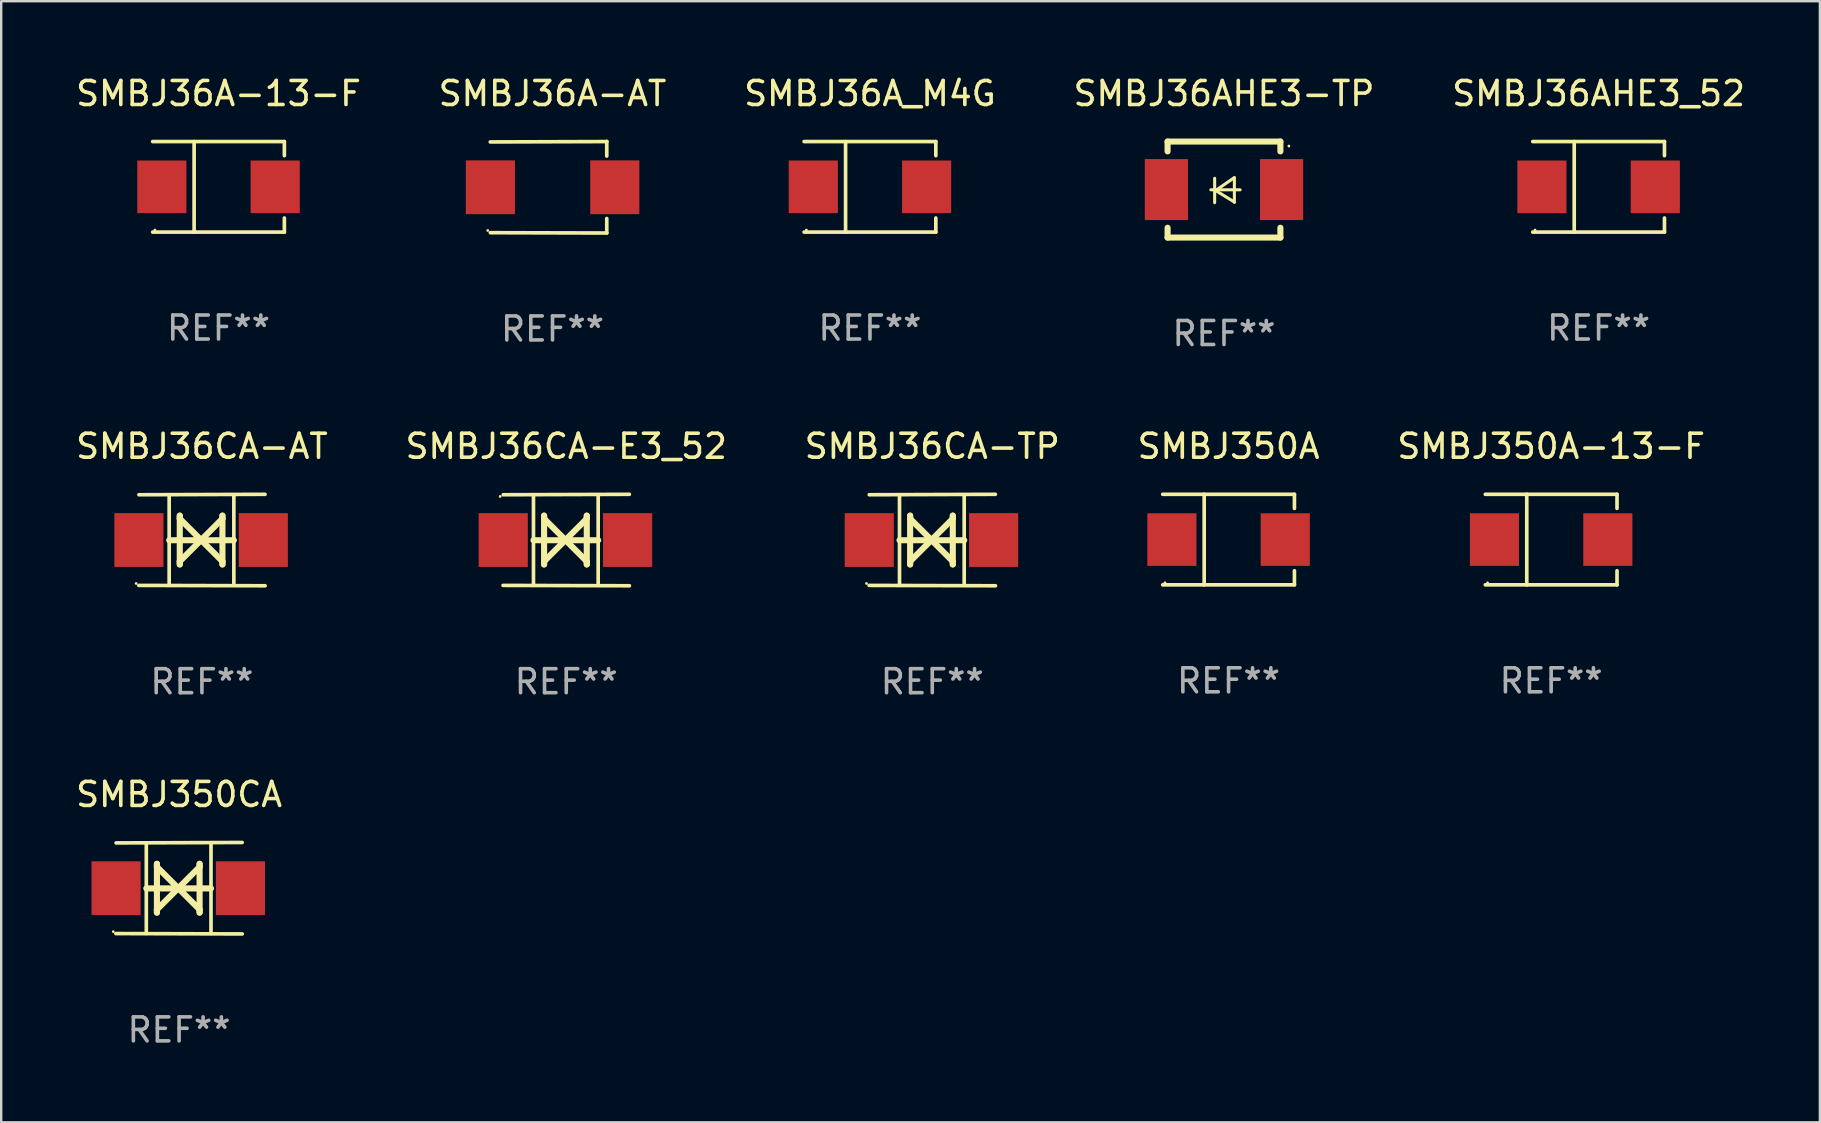
<source format=kicad_pcb>
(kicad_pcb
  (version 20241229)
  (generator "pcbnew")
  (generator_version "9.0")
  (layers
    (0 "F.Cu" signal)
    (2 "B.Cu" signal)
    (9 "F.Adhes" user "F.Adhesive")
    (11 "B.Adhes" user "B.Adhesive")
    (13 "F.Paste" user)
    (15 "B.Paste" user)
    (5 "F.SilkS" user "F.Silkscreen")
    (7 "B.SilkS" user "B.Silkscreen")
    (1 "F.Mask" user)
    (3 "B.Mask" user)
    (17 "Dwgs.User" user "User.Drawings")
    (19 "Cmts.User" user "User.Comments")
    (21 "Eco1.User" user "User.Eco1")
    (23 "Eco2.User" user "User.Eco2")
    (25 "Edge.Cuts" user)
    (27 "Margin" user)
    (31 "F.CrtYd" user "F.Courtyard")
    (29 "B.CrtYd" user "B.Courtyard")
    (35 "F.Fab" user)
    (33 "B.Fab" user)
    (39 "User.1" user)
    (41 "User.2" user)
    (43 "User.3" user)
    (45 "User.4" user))
  (footprint "SMBJ36CA-AT"
    (layer "F.Cu")
    (at 5.363 19.45)
    (property "Reference" "SMBJ36CA-AT" (at 0 -3.905 0) (layer "F.SilkS") (effects (font (size 1 1) (thickness 0.15))))
    (attr through_hole)
    (fp_line (start -1.365 1.886) (end -1.365 -1.886) (stroke (width 0.152) (type solid)) (layer "F.SilkS"))
    (fp_line (start -1.365 0.008) (end 1.33 0.008) (stroke (width 0.254) (type solid)) (layer "F.SilkS"))
    (fp_line (start -0.923 -1.016) (end -0.923 1.016) (stroke (width 0.254) (type solid)) (layer "F.SilkS"))
    (fp_line (start -0.923 -0.889) (end -0.923 -1.016) (stroke (width 0.254) (type solid)) (layer "F.SilkS"))
    (fp_line (start -0.923 0.889) (end -0.034 0) (stroke (width 0.254) (type solid)) (layer "F.SilkS"))
    (fp_line (start -0.923 1.016) (end -0.923 0.889) (stroke (width 0.254) (type solid)) (layer "F.SilkS"))
    (fp_line (start -0.034 0) (end -0.923 -0.889) (stroke (width 0.254) (type solid)) (layer "F.SilkS"))
    (fp_line (start -0.034 0) (end 0.855 0.889) (stroke (width 0.254) (type solid)) (layer "F.SilkS"))
    (fp_line (start 0.855 -1.016) (end 0.855 -0.889) (stroke (width 0.254) (type solid)) (layer "F.SilkS"))
    (fp_line (start 0.855 -0.889) (end -0.034 0) (stroke (width 0.254) (type solid)) (layer "F.SilkS"))
    (fp_line (start 0.855 0.889) (end 0.855 1.016) (stroke (width 0.254) (type solid)) (layer "F.SilkS"))
    (fp_line (start 0.855 1.016) (end 0.855 -1.016) (stroke (width 0.254) (type solid)) (layer "F.SilkS"))
    (fp_line (start 1.33 1.886) (end 1.33 -1.886) (stroke (width 0.152) (type solid)) (layer "F.SilkS"))
    (fp_line (start 2.629 -1.905) (end -2.625 -1.887) (stroke (width 0.152) (type solid)) (layer "F.SilkS"))
    (fp_line (start 2.633 1.905) (end -2.633 1.89) (stroke (width 0.152) (type solid)) (layer "F.SilkS"))
    (fp_circle (center -2.741 1.81) (end -2.711 1.81) (stroke (width 0.06) (type solid)) (fill no) (layer "F.SilkS"))
    (fp_text user "REF**" (at 0 5.905 0) (layer "F.Fab") (effects (font (size 1 1) (thickness 0.15))))
    (pad "1" smd rect (at -2.625 0) (size 2.047 2.241) (layers "F.Cu" "F.Mask" "F.Paste"))
    (pad "2" smd rect (at 2.557 0) (size 2.047 2.241) (layers "F.Cu" "F.Mask" "F.Paste")))
  (footprint "SMBJ36A_M4G"
    (layer "F.Cu")
    (at 33.196 4.734)
    (property "Reference" "SMBJ36A_M4G" (at 0 -3.886 0) (layer "F.SilkS") (effects (font (size 1 1) (thickness 0.15))))
    (attr through_hole)
    (fp_line (start -2.744 -1.886) (end 2.744 -1.886) (stroke (width 0.152) (type solid)) (layer "F.SilkS"))
    (fp_line (start -2.744 1.886) (end 2.744 1.886) (stroke (width 0.152) (type solid)) (layer "F.SilkS"))
    (fp_line (start -1.016 -1.886) (end -1.016 1.886) (stroke (width 0.152) (type solid)) (layer "F.SilkS"))
    (fp_line (start 2.744 -1.886) (end 2.744 -1.299) (stroke (width 0.152) (type solid)) (layer "F.SilkS"))
    (fp_line (start 2.744 1.886) (end 2.744 1.299) (stroke (width 0.152) (type solid)) (layer "F.SilkS"))
    (fp_circle (center -2.65 1.8) (end -2.62 1.8) (stroke (width 0.06) (type solid)) (fill no) (layer "F.SilkS"))
    (fp_text user "REF**" (at 0 5.886 0) (layer "F.Fab") (effects (font (size 1 1) (thickness 0.15))))
    (pad "1" smd rect (at -2.361 0) (size 2.047 2.192) (layers "F.Cu" "F.Mask" "F.Paste"))
    (pad "2" smd rect (at 2.361 0) (size 2.047 2.192) (layers "F.Cu" "F.Mask" "F.Paste")))
  (footprint "SMBJ36A-AT"
    (layer "F.Cu")
    (at 19.97 4.753)
    (property "Reference" "SMBJ36A-AT" (at 0 -3.905 0) (layer "F.SilkS") (effects (font (size 1 1) (thickness 0.15))))
    (attr through_hole)
    (fp_line (start 2.256 -1.905) (end -2.594 -1.889) (stroke (width 0.152) (type solid)) (layer "F.SilkS"))
    (fp_line (start 2.256 -1.905) (end 2.26 -1.905) (stroke (width 0.152) (type solid)) (layer "F.SilkS"))
    (fp_line (start 2.26 -1.905) (end 2.26 -1.301) (stroke (width 0.152) (type solid)) (layer "F.SilkS"))
    (fp_line (start 2.26 1.301) (end 2.26 1.905) (stroke (width 0.152) (type solid)) (layer "F.SilkS"))
    (fp_line (start 2.26 1.905) (end -2.59 1.892) (stroke (width 0.152) (type solid)) (layer "F.SilkS"))
    (fp_circle (center -2.697 1.8) (end -2.667 1.8) (stroke (width 0.06) (type solid)) (fill no) (layer "F.SilkS"))
    (fp_text user "REF**" (at 0 5.905 0) (layer "F.Fab") (effects (font (size 1 1) (thickness 0.15))))
    (pad "1" smd rect (at -2.588 0) (size 2.047 2.241) (layers "F.Cu" "F.Mask" "F.Paste"))
    (pad "2" smd rect (at 2.594 0) (size 2.047 2.241) (layers "F.Cu" "F.Mask" "F.Paste")))
  (footprint "SMBJ350A-13-F"
    (layer "F.Cu")
    (at 61.577 19.431)
    (property "Reference" "SMBJ350A-13-F" (at 0 -3.886 0) (layer "F.SilkS") (effects (font (size 1 1) (thickness 0.15))))
    (attr through_hole)
    (fp_line (start -2.744 -1.886) (end 2.744 -1.886) (stroke (width 0.152) (type solid)) (layer "F.SilkS"))
    (fp_line (start -2.744 1.886) (end 2.744 1.886) (stroke (width 0.152) (type solid)) (layer "F.SilkS"))
    (fp_line (start -1.016 -1.886) (end -1.016 1.886) (stroke (width 0.152) (type solid)) (layer "F.SilkS"))
    (fp_line (start 2.744 -1.886) (end 2.744 -1.299) (stroke (width 0.152) (type solid)) (layer "F.SilkS"))
    (fp_line (start 2.744 1.886) (end 2.744 1.299) (stroke (width 0.152) (type solid)) (layer "F.SilkS"))
    (fp_circle (center -2.65 1.8) (end -2.62 1.8) (stroke (width 0.06) (type solid)) (fill no) (layer "F.SilkS"))
    (fp_text user "REF**" (at 0 5.886 0) (layer "F.Fab") (effects (font (size 1 1) (thickness 0.15))))
    (pad "1" smd rect (at -2.361 0) (size 2.047 2.192) (layers "F.Cu" "F.Mask" "F.Paste"))
    (pad "2" smd rect (at 2.361 0) (size 2.047 2.192) (layers "F.Cu" "F.Mask" "F.Paste")))
  (footprint "SMBJ350A"
    (layer "F.Cu")
    (at 48.137 19.431)
    (property "Reference" "SMBJ350A" (at 0 -3.886 0) (layer "F.SilkS") (effects (font (size 1 1) (thickness 0.15))))
    (attr through_hole)
    (fp_line (start -2.744 -1.886) (end 2.744 -1.886) (stroke (width 0.152) (type solid)) (layer "F.SilkS"))
    (fp_line (start -2.744 1.886) (end 2.744 1.886) (stroke (width 0.152) (type solid)) (layer "F.SilkS"))
    (fp_line (start -1.016 -1.886) (end -1.016 1.886) (stroke (width 0.152) (type solid)) (layer "F.SilkS"))
    (fp_line (start 2.744 -1.886) (end 2.744 -1.299) (stroke (width 0.152) (type solid)) (layer "F.SilkS"))
    (fp_line (start 2.744 1.886) (end 2.744 1.299) (stroke (width 0.152) (type solid)) (layer "F.SilkS"))
    (fp_circle (center -2.65 1.8) (end -2.62 1.8) (stroke (width 0.06) (type solid)) (fill no) (layer "F.SilkS"))
    (fp_text user "REF**" (at 0 5.886 0) (layer "F.Fab") (effects (font (size 1 1) (thickness 0.15))))
    (pad "1" smd rect (at -2.361 0) (size 2.047 2.192) (layers "F.Cu" "F.Mask" "F.Paste"))
    (pad "2" smd rect (at 2.361 0) (size 2.047 2.192) (layers "F.Cu" "F.Mask" "F.Paste")))
  (footprint "SMBJ36AHE3_52"
    (layer "F.Cu")
    (at 63.554 4.734)
    (property "Reference" "SMBJ36AHE3_52" (at 0 -3.886 0) (layer "F.SilkS") (effects (font (size 1 1) (thickness 0.15))))
    (attr through_hole)
    (fp_line (start -2.744 -1.886) (end 2.744 -1.886) (stroke (width 0.152) (type solid)) (layer "F.SilkS"))
    (fp_line (start -2.744 1.886) (end 2.744 1.886) (stroke (width 0.152) (type solid)) (layer "F.SilkS"))
    (fp_line (start -1.016 -1.886) (end -1.016 1.886) (stroke (width 0.152) (type solid)) (layer "F.SilkS"))
    (fp_line (start 2.744 -1.886) (end 2.744 -1.299) (stroke (width 0.152) (type solid)) (layer "F.SilkS"))
    (fp_line (start 2.744 1.886) (end 2.744 1.299) (stroke (width 0.152) (type solid)) (layer "F.SilkS"))
    (fp_circle (center -2.65 1.8) (end -2.62 1.8) (stroke (width 0.06) (type solid)) (fill no) (layer "F.SilkS"))
    (fp_text user "REF**" (at 0 5.886 0) (layer "F.Fab") (effects (font (size 1 1) (thickness 0.15))))
    (pad "1" smd rect (at -2.361 0) (size 2.047 2.192) (layers "F.Cu" "F.Mask" "F.Paste"))
    (pad "2" smd rect (at 2.361 0) (size 2.047 2.192) (layers "F.Cu" "F.Mask" "F.Paste")))
  (footprint "SMBJ36CA-TP"
    (layer "F.Cu")
    (at 35.792 19.45)
    (property "Reference" "SMBJ36CA-TP" (at 0 -3.905 0) (layer "F.SilkS") (effects (font (size 1 1) (thickness 0.15))))
    (attr through_hole)
    (fp_line (start -1.365 1.886) (end -1.365 -1.886) (stroke (width 0.152) (type solid)) (layer "F.SilkS"))
    (fp_line (start -1.365 0.008) (end 1.33 0.008) (stroke (width 0.254) (type solid)) (layer "F.SilkS"))
    (fp_line (start -0.923 -1.016) (end -0.923 1.016) (stroke (width 0.254) (type solid)) (layer "F.SilkS"))
    (fp_line (start -0.923 -0.889) (end -0.923 -1.016) (stroke (width 0.254) (type solid)) (layer "F.SilkS"))
    (fp_line (start -0.923 0.889) (end -0.034 0) (stroke (width 0.254) (type solid)) (layer "F.SilkS"))
    (fp_line (start -0.923 1.016) (end -0.923 0.889) (stroke (width 0.254) (type solid)) (layer "F.SilkS"))
    (fp_line (start -0.034 0) (end -0.923 -0.889) (stroke (width 0.254) (type solid)) (layer "F.SilkS"))
    (fp_line (start -0.034 0) (end 0.855 0.889) (stroke (width 0.254) (type solid)) (layer "F.SilkS"))
    (fp_line (start 0.855 -1.016) (end 0.855 -0.889) (stroke (width 0.254) (type solid)) (layer "F.SilkS"))
    (fp_line (start 0.855 -0.889) (end -0.034 0) (stroke (width 0.254) (type solid)) (layer "F.SilkS"))
    (fp_line (start 0.855 0.889) (end 0.855 1.016) (stroke (width 0.254) (type solid)) (layer "F.SilkS"))
    (fp_line (start 0.855 1.016) (end 0.855 -1.016) (stroke (width 0.254) (type solid)) (layer "F.SilkS"))
    (fp_line (start 1.33 1.886) (end 1.33 -1.886) (stroke (width 0.152) (type solid)) (layer "F.SilkS"))
    (fp_line (start 2.629 -1.905) (end -2.625 -1.887) (stroke (width 0.152) (type solid)) (layer "F.SilkS"))
    (fp_line (start 2.633 1.905) (end -2.633 1.89) (stroke (width 0.152) (type solid)) (layer "F.SilkS"))
    (fp_circle (center -2.741 1.81) (end -2.711 1.81) (stroke (width 0.06) (type solid)) (fill no) (layer "F.SilkS"))
    (fp_text user "REF**" (at 0 5.905 0) (layer "F.Fab") (effects (font (size 1 1) (thickness 0.15))))
    (pad "1" smd rect (at -2.625 0) (size 2.047 2.241) (layers "F.Cu" "F.Mask" "F.Paste"))
    (pad "2" smd rect (at 2.557 0) (size 2.047 2.241) (layers "F.Cu" "F.Mask" "F.Paste")))
  (footprint "SMBJ36CA-E3_52"
    (layer "F.Cu")
    (at 20.542 19.45)
    (property "Reference" "SMBJ36CA-E3_52" (at 0 -3.905 0) (layer "F.SilkS") (effects (font (size 1 1) (thickness 0.15))))
    (attr through_hole)
    (fp_line (start -1.365 1.886) (end -1.365 -1.886) (stroke (width 0.152) (type solid)) (layer "F.SilkS"))
    (fp_line (start -1.365 0.008) (end 1.33 0.008) (stroke (width 0.254) (type solid)) (layer "F.SilkS"))
    (fp_line (start -0.923 -1.016) (end -0.923 1.016) (stroke (width 0.254) (type solid)) (layer "F.SilkS"))
    (fp_line (start -0.923 -0.889) (end -0.923 -1.016) (stroke (width 0.254) (type solid)) (layer "F.SilkS"))
    (fp_line (start -0.923 0.889) (end -0.034 0) (stroke (width 0.254) (type solid)) (layer "F.SilkS"))
    (fp_line (start -0.923 1.016) (end -0.923 0.889) (stroke (width 0.254) (type solid)) (layer "F.SilkS"))
    (fp_line (start -0.034 0) (end -0.923 -0.889) (stroke (width 0.254) (type solid)) (layer "F.SilkS"))
    (fp_line (start -0.034 0) (end 0.855 0.889) (stroke (width 0.254) (type solid)) (layer "F.SilkS"))
    (fp_line (start 0.855 -1.016) (end 0.855 -0.889) (stroke (width 0.254) (type solid)) (layer "F.SilkS"))
    (fp_line (start 0.855 -0.889) (end -0.034 0) (stroke (width 0.254) (type solid)) (layer "F.SilkS"))
    (fp_line (start 0.855 0.889) (end 0.855 1.016) (stroke (width 0.254) (type solid)) (layer "F.SilkS"))
    (fp_line (start 0.855 1.016) (end 0.855 -1.016) (stroke (width 0.254) (type solid)) (layer "F.SilkS"))
    (fp_line (start 1.33 1.886) (end 1.33 -1.886) (stroke (width 0.152) (type solid)) (layer "F.SilkS"))
    (fp_line (start 2.629 -1.905) (end -2.625 -1.887) (stroke (width 0.152) (type solid)) (layer "F.SilkS"))
    (fp_line (start 2.633 1.905) (end -2.633 1.89) (stroke (width 0.152) (type solid)) (layer "F.SilkS"))
    (fp_circle (center -2.753 -1.816) (end -2.723 -1.816) (stroke (width 0.06) (type solid)) (fill no) (layer "F.SilkS"))
    (fp_text user "REF**" (at 0 5.905 0) (layer "F.Fab") (effects (font (size 1 1) (thickness 0.15))))
    (pad "1" smd rect (at -2.625 0) (size 2.047 2.241) (layers "F.Cu" "F.Mask" "F.Paste"))
    (pad "2" smd rect (at 2.557 0) (size 2.047 2.241) (layers "F.Cu" "F.Mask" "F.Paste")))
  (footprint "SMBJ36AHE3-TP"
    (layer "F.Cu")
    (at 47.946 4.848)
    (property "Reference" "SMBJ36AHE3-TP" (at 0 -4 0) (layer "F.SilkS") (effects (font (size 1 1) (thickness 0.15))))
    (attr through_hole)
    (fp_line (start -2.35 -2) (end -2.35 -1.591) (stroke (width 0.254) (type solid)) (layer "F.SilkS"))
    (fp_line (start -2.35 -2) (end 2.35 -2) (stroke (width 0.254) (type solid)) (layer "F.SilkS"))
    (fp_line (start -2.35 1.591) (end -2.35 2) (stroke (width 0.254) (type solid)) (layer "F.SilkS"))
    (fp_line (start -2.35 2) (end 2.35 2) (stroke (width 0.254) (type solid)) (layer "F.SilkS"))
    (fp_line (start -0.548 0.01) (end 0.671 0.01) (stroke (width 0.127) (type solid)) (layer "F.SilkS"))
    (fp_line (start -0.389 -0.47) (end -0.389 0.546) (stroke (width 0.127) (type solid)) (layer "F.SilkS"))
    (fp_line (start -0.35 0.04) (end 0.433 0.52) (stroke (width 0.127) (type solid)) (layer "F.SilkS"))
    (fp_line (start 0.433 -0.5) (end -0.35 0.04) (stroke (width 0.127) (type solid)) (layer "F.SilkS"))
    (fp_line (start 0.433 0.53) (end 0.433 -0.486) (stroke (width 0.127) (type solid)) (layer "F.SilkS"))
    (fp_line (start 2.35 -2) (end 2.35 -1.591) (stroke (width 0.254) (type solid)) (layer "F.SilkS"))
    (fp_line (start 2.35 1.591) (end 2.35 2) (stroke (width 0.254) (type solid)) (layer "F.SilkS"))
    (fp_circle (center 2.704 -1.813) (end 2.734 -1.813) (stroke (width 0.06) (type solid)) (fill no) (layer "F.SilkS"))
    (fp_text user "REF**" (at 0 6 0) (layer "F.Fab") (effects (font (size 1 1) (thickness 0.15))))
    (pad "1" smd rect (at 2.4 0) (size 1.8 2.54) (layers "F.Cu" "F.Mask" "F.Paste"))
    (pad "2" smd rect (at -2.4 0) (size 1.8 2.54) (layers "F.Cu" "F.Mask" "F.Paste")))
  (footprint "SMBJ36A-13-F"
    (layer "F.Cu")
    (at 6.054 4.734)
    (property "Reference" "SMBJ36A-13-F" (at 0 -3.886 0) (layer "F.SilkS") (effects (font (size 1 1) (thickness 0.15))))
    (attr through_hole)
    (fp_line (start -2.744 -1.886) (end 2.744 -1.886) (stroke (width 0.152) (type solid)) (layer "F.SilkS"))
    (fp_line (start -2.744 1.886) (end 2.744 1.886) (stroke (width 0.152) (type solid)) (layer "F.SilkS"))
    (fp_line (start -1.016 -1.886) (end -1.016 1.886) (stroke (width 0.152) (type solid)) (layer "F.SilkS"))
    (fp_line (start 2.744 -1.886) (end 2.744 -1.299) (stroke (width 0.152) (type solid)) (layer "F.SilkS"))
    (fp_line (start 2.744 1.886) (end 2.744 1.299) (stroke (width 0.152) (type solid)) (layer "F.SilkS"))
    (fp_circle (center -2.65 1.8) (end -2.62 1.8) (stroke (width 0.06) (type solid)) (fill no) (layer "F.SilkS"))
    (fp_text user "REF**" (at 0 5.886 0) (layer "F.Fab") (effects (font (size 1 1) (thickness 0.15))))
    (pad "1" smd rect (at -2.361 0) (size 2.047 2.192) (layers "F.Cu" "F.Mask" "F.Paste"))
    (pad "2" smd rect (at 2.361 0) (size 2.047 2.192) (layers "F.Cu" "F.Mask" "F.Paste")))
  (footprint "SMBJ350CA"
    (layer "F.Cu")
    (at 4.411 33.956)
    (property "Reference" "SMBJ350CA" (at 0 -3.905 0) (layer "F.SilkS") (effects (font (size 1 1) (thickness 0.15))))
    (attr through_hole)
    (fp_line (start -1.365 1.886) (end -1.365 -1.886) (stroke (width 0.152) (type solid)) (layer "F.SilkS"))
    (fp_line (start -1.365 0.008) (end 1.33 0.008) (stroke (width 0.254) (type solid)) (layer "F.SilkS"))
    (fp_line (start -0.923 -1.016) (end -0.923 1.016) (stroke (width 0.254) (type solid)) (layer "F.SilkS"))
    (fp_line (start -0.923 -0.889) (end -0.923 -1.016) (stroke (width 0.254) (type solid)) (layer "F.SilkS"))
    (fp_line (start -0.923 0.889) (end -0.034 0) (stroke (width 0.254) (type solid)) (layer "F.SilkS"))
    (fp_line (start -0.923 1.016) (end -0.923 0.889) (stroke (width 0.254) (type solid)) (layer "F.SilkS"))
    (fp_line (start -0.034 0) (end -0.923 -0.889) (stroke (width 0.254) (type solid)) (layer "F.SilkS"))
    (fp_line (start -0.034 0) (end 0.855 0.889) (stroke (width 0.254) (type solid)) (layer "F.SilkS"))
    (fp_line (start 0.855 -1.016) (end 0.855 -0.889) (stroke (width 0.254) (type solid)) (layer "F.SilkS"))
    (fp_line (start 0.855 -0.889) (end -0.034 0) (stroke (width 0.254) (type solid)) (layer "F.SilkS"))
    (fp_line (start 0.855 0.889) (end 0.855 1.016) (stroke (width 0.254) (type solid)) (layer "F.SilkS"))
    (fp_line (start 0.855 1.016) (end 0.855 -1.016) (stroke (width 0.254) (type solid)) (layer "F.SilkS"))
    (fp_line (start 1.33 1.886) (end 1.33 -1.886) (stroke (width 0.152) (type solid)) (layer "F.SilkS"))
    (fp_line (start 2.629 -1.905) (end -2.625 -1.887) (stroke (width 0.152) (type solid)) (layer "F.SilkS"))
    (fp_line (start 2.633 1.905) (end -2.633 1.89) (stroke (width 0.152) (type solid)) (layer "F.SilkS"))
    (fp_circle (center -2.741 1.81) (end -2.711 1.81) (stroke (width 0.06) (type solid)) (fill no) (layer "F.SilkS"))
    (fp_text user "REF**" (at 0 5.905 0) (layer "F.Fab") (effects (font (size 1 1) (thickness 0.15))))
    (pad "1" smd rect (at -2.625 0) (size 2.047 2.241) (layers "F.Cu" "F.Mask" "F.Paste"))
    (pad "2" smd rect (at 2.557 0) (size 2.047 2.241) (layers "F.Cu" "F.Mask" "F.Paste")))
  (gr_rect
    (start -3 -3)
    (end 72.774 43.71)
    (stroke (width 0.1) (type default))
    (fill no)
    (layer "Edge.Cuts")))
</source>
